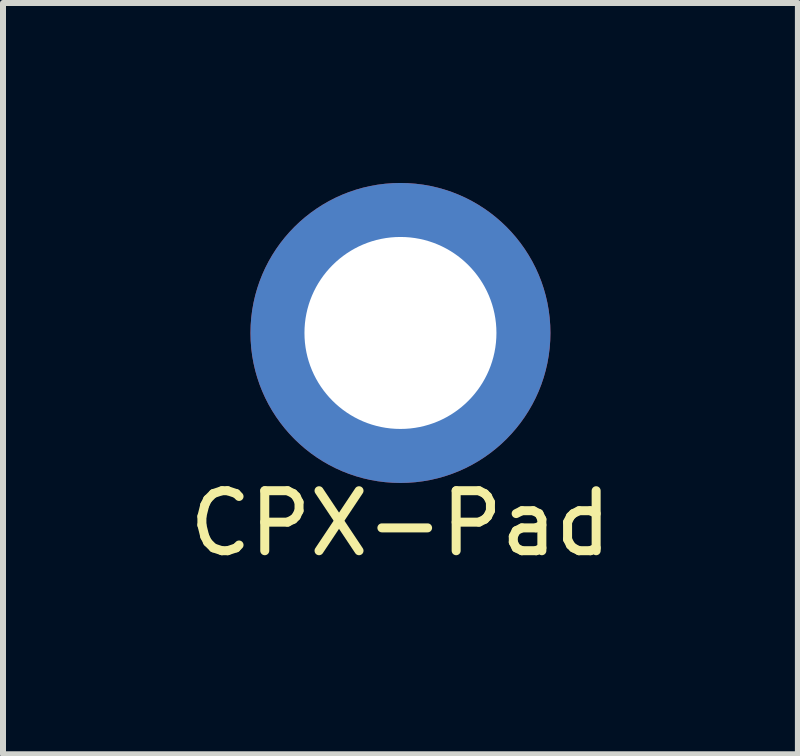
<source format=kicad_pcb>
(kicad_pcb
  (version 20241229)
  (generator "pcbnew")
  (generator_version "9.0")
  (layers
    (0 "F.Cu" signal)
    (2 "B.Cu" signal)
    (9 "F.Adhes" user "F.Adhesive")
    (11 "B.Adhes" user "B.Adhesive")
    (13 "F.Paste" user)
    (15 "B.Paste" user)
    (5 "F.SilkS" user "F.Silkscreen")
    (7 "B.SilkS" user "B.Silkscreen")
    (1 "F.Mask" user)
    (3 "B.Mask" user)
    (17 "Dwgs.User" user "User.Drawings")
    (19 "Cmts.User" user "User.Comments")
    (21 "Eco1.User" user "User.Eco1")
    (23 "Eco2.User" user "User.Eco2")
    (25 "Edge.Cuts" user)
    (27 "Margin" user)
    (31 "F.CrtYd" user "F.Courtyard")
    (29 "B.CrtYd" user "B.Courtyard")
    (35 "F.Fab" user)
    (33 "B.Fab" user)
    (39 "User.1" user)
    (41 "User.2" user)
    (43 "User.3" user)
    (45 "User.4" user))
  (footprint "CPX-Pad"
    (layer "F.Cu")
    (at 3.625 2.5)
    (property "Reference" "CPX-Pad" (at 0 3.175 0) (layer "F.SilkS") (effects (font (size 1 1) (thickness 0.15))))
    (attr through_hole)
    (pad "1" thru_hole circle (at 0 0) (size 5 5) (drill 3.2) (layers "*.Cu" "*.Mask")))
  (gr_rect
    (start -3 -3)
    (end 10.25 9.523)
    (stroke (width 0.1) (type default))
    (fill no)
    (layer "Edge.Cuts")))
</source>
